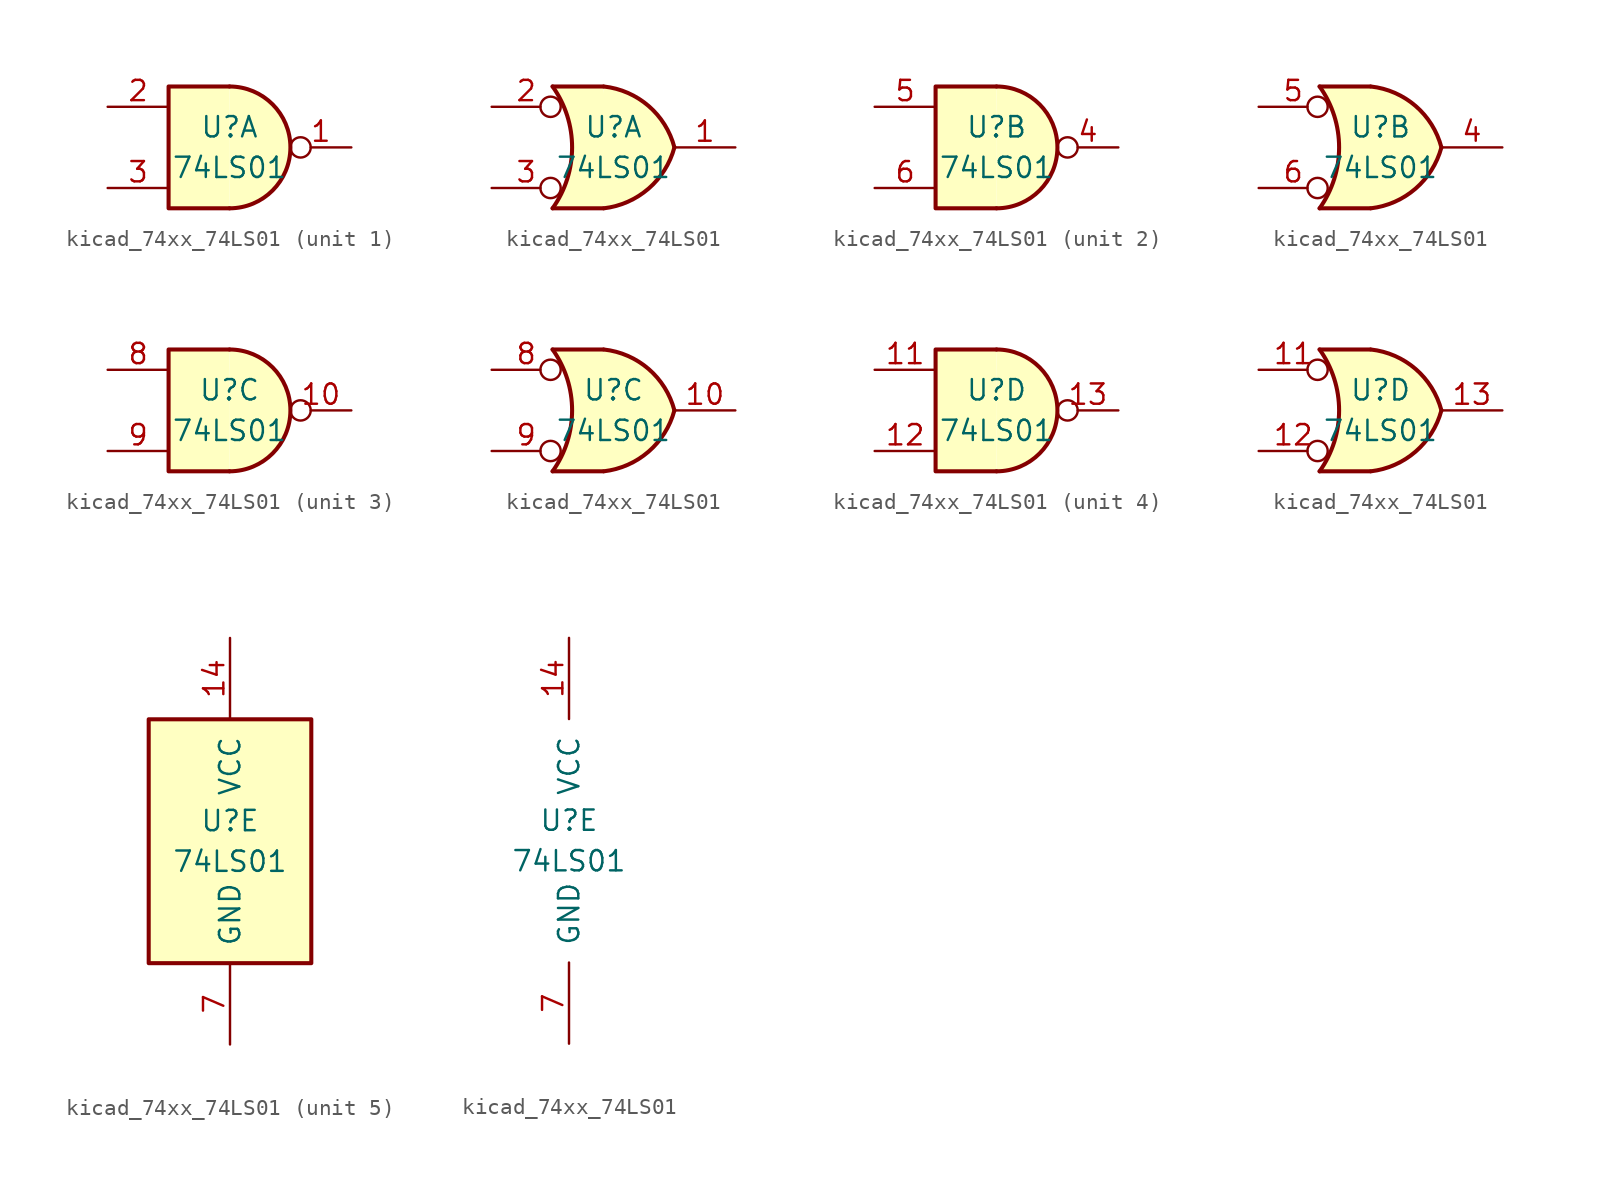
<source format=kicad_sym>
(kicad_symbol_lib
  (version 20220914)
  (generator kicad_symbol_editor)
  (symbol "kicad_74xx_74LS01"
    (pin_names
      (offset 1.016))
    (property "Reference" "U"
      (at 0 1.27 0)
      (effects (font (size 1.27 1.27))))
    (property "Value" "74LS01"
      (at 0 -1.27 0)
      (effects (font (size 1.27 1.27))))
    (property "ki_locked" ""
      (at 0 0 0)
      (effects (font (size 1.27 1.27))))
    (symbol "kicad_74xx_74LS01_1_1"
      (arc (start 0 -3.81) (mid 3.7934 0) (end 0 3.81) (stroke (width 0.254) (type default)) (fill (type background)))
      (polyline (pts (xy 0 3.81) (xy -3.81 3.81) (xy -3.81 -3.81) (xy 0 -3.81)) (stroke (width 0.254) (type default)) (fill (type background)))
      (pin open_collector inverted (at 7.62 0 180) (length 3.81) (name "~" (effects (font (size 1.27 1.27)))) (number "1" (effects (font (size 1.27 1.27)))))
      (pin input line (at -7.62 2.54 0) (length 3.81) (name "~" (effects (font (size 1.27 1.27)))) (number "2" (effects (font (size 1.27 1.27)))))
      (pin input line (at -7.62 -2.54 0) (length 3.81) (name "~" (effects (font (size 1.27 1.27)))) (number "3" (effects (font (size 1.27 1.27))))))
    (symbol "kicad_74xx_74LS01_1_2"
      (arc (start -3.81 -3.81) (mid -2.589 0) (end -3.81 3.81) (stroke (width 0.254) (type default)) (fill (type none)))
      (arc (start -0.6096 -3.81) (mid 2.1842 -2.5851) (end 3.81 0) (stroke (width 0.254) (type default)) (fill (type background)))
      (polyline (pts (xy -3.81 -3.81) (xy -0.635 -3.81)) (stroke (width 0.254) (type default)) (fill (type background)))
      (polyline (pts (xy -3.81 3.81) (xy -0.635 3.81)) (stroke (width 0.254) (type default)) (fill (type background)))
      (polyline (pts (xy -0.635 3.81) (xy -3.81 3.81) (xy -3.81 3.81) (xy -3.556 3.404) (xy -3.023 2.261) (xy -2.692 1.041) (xy -2.616 -0.254) (xy -2.769 -1.499) (xy -3.175 -2.718) (xy -3.81 -3.81) (xy -3.81 -3.81) (xy -0.635 -3.81)) (stroke (width -25.4) (type default)) (fill (type background)))
      (arc (start 3.81 0) (mid 2.1915 2.5936) (end -0.6096 3.81) (stroke (width 0.254) (type default)) (fill (type background)))
      (pin open_collector line (at 7.62 0 180) (length 3.81) (name "~" (effects (font (size 1.27 1.27)))) (number "1" (effects (font (size 1.27 1.27)))))
      (pin input inverted (at -7.62 2.54 0) (length 4.318) (name "~" (effects (font (size 1.27 1.27)))) (number "2" (effects (font (size 1.27 1.27)))))
      (pin input inverted (at -7.62 -2.54 0) (length 4.318) (name "~" (effects (font (size 1.27 1.27)))) (number "3" (effects (font (size 1.27 1.27))))))
    (symbol "kicad_74xx_74LS01_2_1"
      (arc (start 0 -3.81) (mid 3.7934 0) (end 0 3.81) (stroke (width 0.254) (type default)) (fill (type background)))
      (polyline (pts (xy 0 3.81) (xy -3.81 3.81) (xy -3.81 -3.81) (xy 0 -3.81)) (stroke (width 0.254) (type default)) (fill (type background)))
      (pin open_collector inverted (at 7.62 0 180) (length 3.81) (name "~" (effects (font (size 1.27 1.27)))) (number "4" (effects (font (size 1.27 1.27)))))
      (pin input line (at -7.62 2.54 0) (length 3.81) (name "~" (effects (font (size 1.27 1.27)))) (number "5" (effects (font (size 1.27 1.27)))))
      (pin input line (at -7.62 -2.54 0) (length 3.81) (name "~" (effects (font (size 1.27 1.27)))) (number "6" (effects (font (size 1.27 1.27))))))
    (symbol "kicad_74xx_74LS01_2_2"
      (arc (start -3.81 -3.81) (mid -2.589 0) (end -3.81 3.81) (stroke (width 0.254) (type default)) (fill (type none)))
      (arc (start -0.6096 -3.81) (mid 2.1842 -2.5851) (end 3.81 0) (stroke (width 0.254) (type default)) (fill (type background)))
      (polyline (pts (xy -3.81 -3.81) (xy -0.635 -3.81)) (stroke (width 0.254) (type default)) (fill (type background)))
      (polyline (pts (xy -3.81 3.81) (xy -0.635 3.81)) (stroke (width 0.254) (type default)) (fill (type background)))
      (polyline (pts (xy -0.635 3.81) (xy -3.81 3.81) (xy -3.81 3.81) (xy -3.556 3.404) (xy -3.023 2.261) (xy -2.692 1.041) (xy -2.616 -0.254) (xy -2.769 -1.499) (xy -3.175 -2.718) (xy -3.81 -3.81) (xy -3.81 -3.81) (xy -0.635 -3.81)) (stroke (width -25.4) (type default)) (fill (type background)))
      (arc (start 3.81 0) (mid 2.1915 2.5936) (end -0.6096 3.81) (stroke (width 0.254) (type default)) (fill (type background)))
      (pin open_collector line (at 7.62 0 180) (length 3.81) (name "~" (effects (font (size 1.27 1.27)))) (number "4" (effects (font (size 1.27 1.27)))))
      (pin input inverted (at -7.62 2.54 0) (length 4.318) (name "~" (effects (font (size 1.27 1.27)))) (number "5" (effects (font (size 1.27 1.27)))))
      (pin input inverted (at -7.62 -2.54 0) (length 4.318) (name "~" (effects (font (size 1.27 1.27)))) (number "6" (effects (font (size 1.27 1.27))))))
    (symbol "kicad_74xx_74LS01_3_1"
      (arc (start 0 -3.81) (mid 3.7934 0) (end 0 3.81) (stroke (width 0.254) (type default)) (fill (type background)))
      (polyline (pts (xy 0 3.81) (xy -3.81 3.81) (xy -3.81 -3.81) (xy 0 -3.81)) (stroke (width 0.254) (type default)) (fill (type background)))
      (pin open_collector inverted (at 7.62 0 180) (length 3.81) (name "~" (effects (font (size 1.27 1.27)))) (number "10" (effects (font (size 1.27 1.27)))))
      (pin input line (at -7.62 2.54 0) (length 3.81) (name "~" (effects (font (size 1.27 1.27)))) (number "8" (effects (font (size 1.27 1.27)))))
      (pin input line (at -7.62 -2.54 0) (length 3.81) (name "~" (effects (font (size 1.27 1.27)))) (number "9" (effects (font (size 1.27 1.27))))))
    (symbol "kicad_74xx_74LS01_3_2"
      (arc (start -3.81 -3.81) (mid -2.589 0) (end -3.81 3.81) (stroke (width 0.254) (type default)) (fill (type none)))
      (arc (start -0.6096 -3.81) (mid 2.1842 -2.5851) (end 3.81 0) (stroke (width 0.254) (type default)) (fill (type background)))
      (polyline (pts (xy -3.81 -3.81) (xy -0.635 -3.81)) (stroke (width 0.254) (type default)) (fill (type background)))
      (polyline (pts (xy -3.81 3.81) (xy -0.635 3.81)) (stroke (width 0.254) (type default)) (fill (type background)))
      (polyline (pts (xy -0.635 3.81) (xy -3.81 3.81) (xy -3.81 3.81) (xy -3.556 3.404) (xy -3.023 2.261) (xy -2.692 1.041) (xy -2.616 -0.254) (xy -2.769 -1.499) (xy -3.175 -2.718) (xy -3.81 -3.81) (xy -3.81 -3.81) (xy -0.635 -3.81)) (stroke (width -25.4) (type default)) (fill (type background)))
      (arc (start 3.81 0) (mid 2.1915 2.5936) (end -0.6096 3.81) (stroke (width 0.254) (type default)) (fill (type background)))
      (pin open_collector line (at 7.62 0 180) (length 3.81) (name "~" (effects (font (size 1.27 1.27)))) (number "10" (effects (font (size 1.27 1.27)))))
      (pin input inverted (at -7.62 2.54 0) (length 4.318) (name "~" (effects (font (size 1.27 1.27)))) (number "8" (effects (font (size 1.27 1.27)))))
      (pin input inverted (at -7.62 -2.54 0) (length 4.318) (name "~" (effects (font (size 1.27 1.27)))) (number "9" (effects (font (size 1.27 1.27))))))
    (symbol "kicad_74xx_74LS01_4_1"
      (arc (start 0 -3.81) (mid 3.7934 0) (end 0 3.81) (stroke (width 0.254) (type default)) (fill (type background)))
      (polyline (pts (xy 0 3.81) (xy -3.81 3.81) (xy -3.81 -3.81) (xy 0 -3.81)) (stroke (width 0.254) (type default)) (fill (type background)))
      (pin input line (at -7.62 2.54 0) (length 3.81) (name "~" (effects (font (size 1.27 1.27)))) (number "11" (effects (font (size 1.27 1.27)))))
      (pin input line (at -7.62 -2.54 0) (length 3.81) (name "~" (effects (font (size 1.27 1.27)))) (number "12" (effects (font (size 1.27 1.27)))))
      (pin open_collector inverted (at 7.62 0 180) (length 3.81) (name "~" (effects (font (size 1.27 1.27)))) (number "13" (effects (font (size 1.27 1.27))))))
    (symbol "kicad_74xx_74LS01_4_2"
      (arc (start -3.81 -3.81) (mid -2.589 0) (end -3.81 3.81) (stroke (width 0.254) (type default)) (fill (type none)))
      (arc (start -0.6096 -3.81) (mid 2.1842 -2.5851) (end 3.81 0) (stroke (width 0.254) (type default)) (fill (type background)))
      (polyline (pts (xy -3.81 -3.81) (xy -0.635 -3.81)) (stroke (width 0.254) (type default)) (fill (type background)))
      (polyline (pts (xy -3.81 3.81) (xy -0.635 3.81)) (stroke (width 0.254) (type default)) (fill (type background)))
      (polyline (pts (xy -0.635 3.81) (xy -3.81 3.81) (xy -3.81 3.81) (xy -3.556 3.404) (xy -3.023 2.261) (xy -2.692 1.041) (xy -2.616 -0.254) (xy -2.769 -1.499) (xy -3.175 -2.718) (xy -3.81 -3.81) (xy -3.81 -3.81) (xy -0.635 -3.81)) (stroke (width -25.4) (type default)) (fill (type background)))
      (arc (start 3.81 0) (mid 2.1915 2.5936) (end -0.6096 3.81) (stroke (width 0.254) (type default)) (fill (type background)))
      (pin input inverted (at -7.62 2.54 0) (length 4.318) (name "~" (effects (font (size 1.27 1.27)))) (number "11" (effects (font (size 1.27 1.27)))))
      (pin input inverted (at -7.62 -2.54 0) (length 4.318) (name "~" (effects (font (size 1.27 1.27)))) (number "12" (effects (font (size 1.27 1.27)))))
      (pin open_collector line (at 7.62 0 180) (length 3.81) (name "~" (effects (font (size 1.27 1.27)))) (number "13" (effects (font (size 1.27 1.27))))))
    (symbol "kicad_74xx_74LS01_5_0"
      (pin power_in line (at 0 12.7 270) (length 5.08) (name "VCC" (effects (font (size 1.27 1.27)))) (number "14" (effects (font (size 1.27 1.27)))))
      (pin power_in line (at 0 -12.7 90) (length 5.08) (name "GND" (effects (font (size 1.27 1.27)))) (number "7" (effects (font (size 1.27 1.27))))))
    (symbol "kicad_74xx_74LS01_5_1"
      (rectangle (start -5.08 7.62) (end 5.08 -7.62) (stroke (width 0.254) (type default)) (fill (type background))))))
</source>
